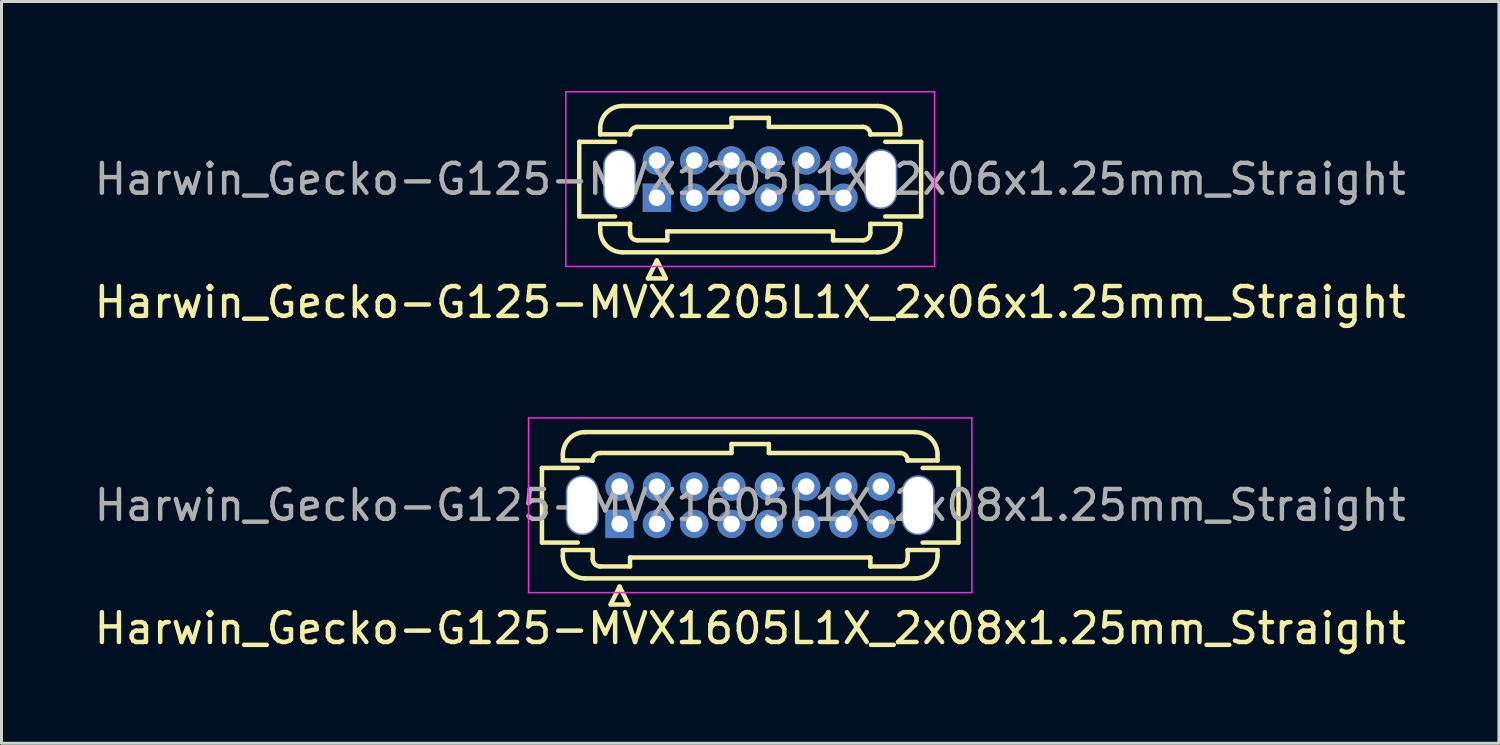
<source format=kicad_pcb>
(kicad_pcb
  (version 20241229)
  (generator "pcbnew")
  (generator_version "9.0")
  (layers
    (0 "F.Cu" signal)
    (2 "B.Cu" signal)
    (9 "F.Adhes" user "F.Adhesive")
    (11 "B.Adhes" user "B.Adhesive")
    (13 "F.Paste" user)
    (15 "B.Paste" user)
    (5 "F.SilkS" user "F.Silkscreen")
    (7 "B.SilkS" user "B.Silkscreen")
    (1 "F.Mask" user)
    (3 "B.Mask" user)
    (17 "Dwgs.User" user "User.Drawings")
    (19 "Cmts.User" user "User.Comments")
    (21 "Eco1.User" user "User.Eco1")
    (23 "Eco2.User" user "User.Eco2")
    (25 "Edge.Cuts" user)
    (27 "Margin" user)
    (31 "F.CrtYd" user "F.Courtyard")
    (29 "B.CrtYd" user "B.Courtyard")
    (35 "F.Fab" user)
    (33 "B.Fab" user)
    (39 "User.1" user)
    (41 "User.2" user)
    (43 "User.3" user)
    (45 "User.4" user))
  (footprint "Harwin_Gecko-G125-MVX1605L1X_2x08x1.25mm_Straight"
    (layer "F.Cu")
    (at 17.702 14.498)
    (property "Reference" "Harwin_Gecko-G125-MVX1605L1X_2x08x1.25mm_Straight" (at 4.375 3.5 0) (layer "F.SilkS") (effects (font (size 1 1) (thickness 0.15))))
    (attr through_hole)
    (fp_line (start -2.6 -1.875) (end -2.6 0.625) (stroke (width 0.15) (type solid)) (layer "F.SilkS"))
    (fp_line (start -2.6 0.625) (end -1.4 0.625) (stroke (width 0.15) (type solid)) (layer "F.SilkS"))
    (fp_line (start -1.9 -2.325) (end -1.9 -2.125) (stroke (width 0.15) (type solid)) (layer "F.SilkS"))
    (fp_line (start -1.9 -2.125) (end -0.9 -2.125) (stroke (width 0.15) (type solid)) (layer "F.SilkS"))
    (fp_line (start -1.9 0.875) (end -0.9 0.875) (stroke (width 0.15) (type solid)) (layer "F.SilkS"))
    (fp_line (start -1.9 1.075) (end -1.9 0.875) (stroke (width 0.15) (type solid)) (layer "F.SilkS"))
    (fp_line (start -1.4 -1.875) (end -2.6 -1.875) (stroke (width 0.15) (type solid)) (layer "F.SilkS"))
    (fp_line (start -1.15 -3.075) (end 9.9 -3.075) (stroke (width 0.15) (type solid)) (layer "F.SilkS"))
    (fp_line (start -1.15 1.825) (end 9.9 1.825) (stroke (width 0.15) (type solid)) (layer "F.SilkS"))
    (fp_line (start -0.9 -2.125) (end -0.9 -2.125) (stroke (width 0.15) (type solid)) (layer "F.SilkS"))
    (fp_line (start -0.9 0.875) (end -0.9 0.875) (stroke (width 0.15) (type solid)) (layer "F.SilkS"))
    (fp_line (start -0.9 1.175) (end -0.9 0.875) (stroke (width 0.15) (type solid)) (layer "F.SilkS"))
    (fp_line (start -0.65 -2.375) (end 3.75 -2.375) (stroke (width 0.15) (type solid)) (layer "F.SilkS"))
    (fp_line (start -0.65 1.425) (end 0.35 1.425) (stroke (width 0.15) (type solid)) (layer "F.SilkS"))
    (fp_line (start -0.3 2.7) (end 0.3 2.7) (stroke (width 0.15) (type solid)) (layer "F.SilkS"))
    (fp_line (start 0 2.1) (end -0.3 2.7) (stroke (width 0.15) (type solid)) (layer "F.SilkS"))
    (fp_line (start 0.3 2.7) (end 0 2.1) (stroke (width 0.15) (type solid)) (layer "F.SilkS"))
    (fp_line (start 0.35 1.125) (end 8.4 1.125) (stroke (width 0.15) (type solid)) (layer "F.SilkS"))
    (fp_line (start 0.35 1.425) (end 0.35 1.125) (stroke (width 0.15) (type solid)) (layer "F.SilkS"))
    (fp_line (start 3.75 -2.675) (end 5 -2.675) (stroke (width 0.15) (type solid)) (layer "F.SilkS"))
    (fp_line (start 3.75 -2.375) (end 3.75 -2.675) (stroke (width 0.15) (type solid)) (layer "F.SilkS"))
    (fp_line (start 5 -2.675) (end 5 -2.375) (stroke (width 0.15) (type solid)) (layer "F.SilkS"))
    (fp_line (start 5 -2.375) (end 9.4 -2.375) (stroke (width 0.15) (type solid)) (layer "F.SilkS"))
    (fp_line (start 8.4 1.125) (end 8.4 1.425) (stroke (width 0.15) (type solid)) (layer "F.SilkS"))
    (fp_line (start 8.4 1.425) (end 9.4 1.425) (stroke (width 0.15) (type solid)) (layer "F.SilkS"))
    (fp_line (start 9.65 -2.125) (end 9.65 -2.125) (stroke (width 0.15) (type solid)) (layer "F.SilkS"))
    (fp_line (start 9.65 0.875) (end 9.65 0.875) (stroke (width 0.15) (type solid)) (layer "F.SilkS"))
    (fp_line (start 9.65 1.175) (end 9.65 0.875) (stroke (width 0.15) (type solid)) (layer "F.SilkS"))
    (fp_line (start 10.15 -1.875) (end 11.35 -1.875) (stroke (width 0.15) (type solid)) (layer "F.SilkS"))
    (fp_line (start 10.65 -2.325) (end 10.65 -2.125) (stroke (width 0.15) (type solid)) (layer "F.SilkS"))
    (fp_line (start 10.65 -2.125) (end 9.65 -2.125) (stroke (width 0.15) (type solid)) (layer "F.SilkS"))
    (fp_line (start 10.65 0.875) (end 9.65 0.875) (stroke (width 0.15) (type solid)) (layer "F.SilkS"))
    (fp_line (start 10.65 1.075) (end 10.65 0.875) (stroke (width 0.15) (type solid)) (layer "F.SilkS"))
    (fp_line (start 11.35 -1.875) (end 11.35 0.625) (stroke (width 0.15) (type solid)) (layer "F.SilkS"))
    (fp_line (start 11.35 0.625) (end 10.15 0.625) (stroke (width 0.15) (type solid)) (layer "F.SilkS"))
    (fp_arc (start -1.9 -2.325) (mid -1.68033 -2.85533) (end -1.15 -3.075) (stroke (width 0.15) (type solid)) (layer "F.SilkS"))
    (fp_arc (start -1.15 1.825) (mid -1.68033 1.60533) (end -1.9 1.075) (stroke (width 0.15) (type solid)) (layer "F.SilkS"))
    (fp_arc (start -0.9 -2.125) (mid -0.826777 -2.301777) (end -0.65 -2.375) (stroke (width 0.15) (type solid)) (layer "F.SilkS"))
    (fp_arc (start -0.65 1.425) (mid -0.826777 1.351777) (end -0.9 1.175) (stroke (width 0.15) (type solid)) (layer "F.SilkS"))
    (fp_arc (start 9.4 -2.375) (mid 9.576777 -2.301777) (end 9.65 -2.125) (stroke (width 0.15) (type solid)) (layer "F.SilkS"))
    (fp_arc (start 9.65 1.175) (mid 9.576777 1.351777) (end 9.4 1.425) (stroke (width 0.15) (type solid)) (layer "F.SilkS"))
    (fp_arc (start 9.9 -3.075) (mid 10.43033 -2.85533) (end 10.65 -2.325) (stroke (width 0.15) (type solid)) (layer "F.SilkS"))
    (fp_arc (start 10.65 1.075) (mid 10.43033 1.60533) (end 9.9 1.825) (stroke (width 0.15) (type solid)) (layer "F.SilkS"))
    (fp_line (start -3.05 -3.55) (end -3.05 2.3) (stroke (width 0.05) (type solid)) (layer "F.CrtYd"))
    (fp_line (start -3.05 2.3) (end 11.8 2.3) (stroke (width 0.05) (type solid)) (layer "F.CrtYd"))
    (fp_line (start 11.8 -3.55) (end -3.05 -3.55) (stroke (width 0.05) (type solid)) (layer "F.CrtYd"))
    (fp_line (start 11.8 2.3) (end 11.8 -3.55) (stroke (width 0.05) (type solid)) (layer "F.CrtYd"))
    (fp_text user "${REFERENCE}" (at 4.375 -0.625 0) (layer "F.Fab") (effects (font (size 1 1) (thickness 0.15))))
    (pad "" np_thru_hole oval (at -1.25 -0.625) (size 1.1 2) (drill oval 1 1.9) (layers "*.Cu" "*.Mask"))
    (pad "" np_thru_hole oval (at 10 -0.625) (size 1.1 2) (drill oval 1 1.9) (layers "*.Cu" "*.Mask"))
    (pad "1" thru_hole rect (at 0 0) (size 0.95 0.95) (drill 0.55) (layers "*.Cu" "*.Mask"))
    (pad "2" thru_hole circle (at 1.25 0) (size 0.95 0.95) (drill 0.55) (layers "*.Cu" "*.Mask"))
    (pad "3" thru_hole circle (at 2.5 0) (size 0.95 0.95) (drill 0.55) (layers "*.Cu" "*.Mask"))
    (pad "4" thru_hole circle (at 3.75 0) (size 0.95 0.95) (drill 0.55) (layers "*.Cu" "*.Mask"))
    (pad "5" thru_hole circle (at 5 0) (size 0.95 0.95) (drill 0.55) (layers "*.Cu" "*.Mask"))
    (pad "6" thru_hole circle (at 6.25 0) (size 0.95 0.95) (drill 0.55) (layers "*.Cu" "*.Mask"))
    (pad "7" thru_hole circle (at 7.5 0) (size 0.95 0.95) (drill 0.55) (layers "*.Cu" "*.Mask"))
    (pad "8" thru_hole circle (at 8.75 0) (size 0.95 0.95) (drill 0.55) (layers "*.Cu" "*.Mask"))
    (pad "9" thru_hole circle (at 0 -1.25) (size 0.95 0.95) (drill 0.55) (layers "*.Cu" "*.Mask"))
    (pad "10" thru_hole circle (at 1.25 -1.25) (size 0.95 0.95) (drill 0.55) (layers "*.Cu" "*.Mask"))
    (pad "11" thru_hole circle (at 2.5 -1.25) (size 0.95 0.95) (drill 0.55) (layers "*.Cu" "*.Mask"))
    (pad "12" thru_hole circle (at 3.75 -1.25) (size 0.95 0.95) (drill 0.55) (layers "*.Cu" "*.Mask"))
    (pad "13" thru_hole circle (at 5 -1.25) (size 0.95 0.95) (drill 0.55) (layers "*.Cu" "*.Mask"))
    (pad "14" thru_hole circle (at 6.25 -1.25) (size 0.95 0.95) (drill 0.55) (layers "*.Cu" "*.Mask"))
    (pad "15" thru_hole circle (at 7.5 -1.25) (size 0.95 0.95) (drill 0.55) (layers "*.Cu" "*.Mask"))
    (pad "16" thru_hole circle (at 8.75 -1.25) (size 0.95 0.95) (drill 0.55) (layers "*.Cu" "*.Mask")))
  (footprint "Harwin_Gecko-G125-MVX1205L1X_2x06x1.25mm_Straight"
    (layer "F.Cu")
    (at 18.952 3.575)
    (property "Reference" "Harwin_Gecko-G125-MVX1205L1X_2x06x1.25mm_Straight" (at 3.125 3.5 0) (layer "F.SilkS") (effects (font (size 1 1) (thickness 0.15))))
    (attr through_hole)
    (fp_line (start -2.6 -1.875) (end -2.6 0.625) (stroke (width 0.15) (type solid)) (layer "F.SilkS"))
    (fp_line (start -2.6 0.625) (end -1.4 0.625) (stroke (width 0.15) (type solid)) (layer "F.SilkS"))
    (fp_line (start -1.9 -2.325) (end -1.9 -2.125) (stroke (width 0.15) (type solid)) (layer "F.SilkS"))
    (fp_line (start -1.9 -2.125) (end -0.9 -2.125) (stroke (width 0.15) (type solid)) (layer "F.SilkS"))
    (fp_line (start -1.9 0.875) (end -0.9 0.875) (stroke (width 0.15) (type solid)) (layer "F.SilkS"))
    (fp_line (start -1.9 1.075) (end -1.9 0.875) (stroke (width 0.15) (type solid)) (layer "F.SilkS"))
    (fp_line (start -1.4 -1.875) (end -2.6 -1.875) (stroke (width 0.15) (type solid)) (layer "F.SilkS"))
    (fp_line (start -1.15 -3.075) (end 7.4 -3.075) (stroke (width 0.15) (type solid)) (layer "F.SilkS"))
    (fp_line (start -1.15 1.825) (end 7.4 1.825) (stroke (width 0.15) (type solid)) (layer "F.SilkS"))
    (fp_line (start -0.9 -2.125) (end -0.9 -2.125) (stroke (width 0.15) (type solid)) (layer "F.SilkS"))
    (fp_line (start -0.9 0.875) (end -0.9 0.875) (stroke (width 0.15) (type solid)) (layer "F.SilkS"))
    (fp_line (start -0.9 1.175) (end -0.9 0.875) (stroke (width 0.15) (type solid)) (layer "F.SilkS"))
    (fp_line (start -0.65 -2.375) (end 2.5 -2.375) (stroke (width 0.15) (type solid)) (layer "F.SilkS"))
    (fp_line (start -0.65 1.425) (end 0.35 1.425) (stroke (width 0.15) (type solid)) (layer "F.SilkS"))
    (fp_line (start -0.3 2.7) (end 0.3 2.7) (stroke (width 0.15) (type solid)) (layer "F.SilkS"))
    (fp_line (start 0 2.1) (end -0.3 2.7) (stroke (width 0.15) (type solid)) (layer "F.SilkS"))
    (fp_line (start 0.3 2.7) (end 0 2.1) (stroke (width 0.15) (type solid)) (layer "F.SilkS"))
    (fp_line (start 0.35 1.125) (end 5.9 1.125) (stroke (width 0.15) (type solid)) (layer "F.SilkS"))
    (fp_line (start 0.35 1.425) (end 0.35 1.125) (stroke (width 0.15) (type solid)) (layer "F.SilkS"))
    (fp_line (start 2.5 -2.675) (end 3.75 -2.675) (stroke (width 0.15) (type solid)) (layer "F.SilkS"))
    (fp_line (start 2.5 -2.375) (end 2.5 -2.675) (stroke (width 0.15) (type solid)) (layer "F.SilkS"))
    (fp_line (start 3.75 -2.675) (end 3.75 -2.375) (stroke (width 0.15) (type solid)) (layer "F.SilkS"))
    (fp_line (start 3.75 -2.375) (end 6.9 -2.375) (stroke (width 0.15) (type solid)) (layer "F.SilkS"))
    (fp_line (start 5.9 1.125) (end 5.9 1.425) (stroke (width 0.15) (type solid)) (layer "F.SilkS"))
    (fp_line (start 5.9 1.425) (end 6.9 1.425) (stroke (width 0.15) (type solid)) (layer "F.SilkS"))
    (fp_line (start 7.15 -2.125) (end 7.15 -2.125) (stroke (width 0.15) (type solid)) (layer "F.SilkS"))
    (fp_line (start 7.15 0.875) (end 7.15 0.875) (stroke (width 0.15) (type solid)) (layer "F.SilkS"))
    (fp_line (start 7.15 1.175) (end 7.15 0.875) (stroke (width 0.15) (type solid)) (layer "F.SilkS"))
    (fp_line (start 7.65 -1.875) (end 8.85 -1.875) (stroke (width 0.15) (type solid)) (layer "F.SilkS"))
    (fp_line (start 8.15 -2.325) (end 8.15 -2.125) (stroke (width 0.15) (type solid)) (layer "F.SilkS"))
    (fp_line (start 8.15 -2.125) (end 7.15 -2.125) (stroke (width 0.15) (type solid)) (layer "F.SilkS"))
    (fp_line (start 8.15 0.875) (end 7.15 0.875) (stroke (width 0.15) (type solid)) (layer "F.SilkS"))
    (fp_line (start 8.15 1.075) (end 8.15 0.875) (stroke (width 0.15) (type solid)) (layer "F.SilkS"))
    (fp_line (start 8.85 -1.875) (end 8.85 0.625) (stroke (width 0.15) (type solid)) (layer "F.SilkS"))
    (fp_line (start 8.85 0.625) (end 7.65 0.625) (stroke (width 0.15) (type solid)) (layer "F.SilkS"))
    (fp_arc (start -1.9 -2.325) (mid -1.68033 -2.85533) (end -1.15 -3.075) (stroke (width 0.15) (type solid)) (layer "F.SilkS"))
    (fp_arc (start -1.15 1.825) (mid -1.68033 1.60533) (end -1.9 1.075) (stroke (width 0.15) (type solid)) (layer "F.SilkS"))
    (fp_arc (start -0.9 -2.125) (mid -0.826777 -2.301777) (end -0.65 -2.375) (stroke (width 0.15) (type solid)) (layer "F.SilkS"))
    (fp_arc (start -0.65 1.425) (mid -0.826777 1.351777) (end -0.9 1.175) (stroke (width 0.15) (type solid)) (layer "F.SilkS"))
    (fp_arc (start 6.9 -2.375) (mid 7.076777 -2.301777) (end 7.15 -2.125) (stroke (width 0.15) (type solid)) (layer "F.SilkS"))
    (fp_arc (start 7.15 1.175) (mid 7.076777 1.351777) (end 6.9 1.425) (stroke (width 0.15) (type solid)) (layer "F.SilkS"))
    (fp_arc (start 7.4 -3.075) (mid 7.93033 -2.85533) (end 8.15 -2.325) (stroke (width 0.15) (type solid)) (layer "F.SilkS"))
    (fp_arc (start 8.15 1.075) (mid 7.93033 1.60533) (end 7.4 1.825) (stroke (width 0.15) (type solid)) (layer "F.SilkS"))
    (fp_line (start -3.05 -3.55) (end -3.05 2.3) (stroke (width 0.05) (type solid)) (layer "F.CrtYd"))
    (fp_line (start -3.05 2.3) (end 9.3 2.3) (stroke (width 0.05) (type solid)) (layer "F.CrtYd"))
    (fp_line (start 9.3 -3.55) (end -3.05 -3.55) (stroke (width 0.05) (type solid)) (layer "F.CrtYd"))
    (fp_line (start 9.3 2.3) (end 9.3 -3.55) (stroke (width 0.05) (type solid)) (layer "F.CrtYd"))
    (fp_text user "${REFERENCE}" (at 3.125 -0.625 0) (layer "F.Fab") (effects (font (size 1 1) (thickness 0.15))))
    (pad "" np_thru_hole oval (at -1.25 -0.625) (size 1.1 2) (drill oval 1 1.9) (layers "*.Cu" "*.Mask"))
    (pad "" np_thru_hole oval (at 7.5 -0.625) (size 1.1 2) (drill oval 1 1.9) (layers "*.Cu" "*.Mask"))
    (pad "1" thru_hole rect (at 0 0) (size 0.95 0.95) (drill 0.55) (layers "*.Cu" "*.Mask"))
    (pad "2" thru_hole circle (at 1.25 0) (size 0.95 0.95) (drill 0.55) (layers "*.Cu" "*.Mask"))
    (pad "3" thru_hole circle (at 2.5 0) (size 0.95 0.95) (drill 0.55) (layers "*.Cu" "*.Mask"))
    (pad "4" thru_hole circle (at 3.75 0) (size 0.95 0.95) (drill 0.55) (layers "*.Cu" "*.Mask"))
    (pad "5" thru_hole circle (at 5 0) (size 0.95 0.95) (drill 0.55) (layers "*.Cu" "*.Mask"))
    (pad "6" thru_hole circle (at 6.25 0) (size 0.95 0.95) (drill 0.55) (layers "*.Cu" "*.Mask"))
    (pad "7" thru_hole circle (at 0 -1.25) (size 0.95 0.95) (drill 0.55) (layers "*.Cu" "*.Mask"))
    (pad "8" thru_hole circle (at 1.25 -1.25) (size 0.95 0.95) (drill 0.55) (layers "*.Cu" "*.Mask"))
    (pad "9" thru_hole circle (at 2.5 -1.25) (size 0.95 0.95) (drill 0.55) (layers "*.Cu" "*.Mask"))
    (pad "10" thru_hole circle (at 3.75 -1.25) (size 0.95 0.95) (drill 0.55) (layers "*.Cu" "*.Mask"))
    (pad "11" thru_hole circle (at 5 -1.25) (size 0.95 0.95) (drill 0.55) (layers "*.Cu" "*.Mask"))
    (pad "12" thru_hole circle (at 6.25 -1.25) (size 0.95 0.95) (drill 0.55) (layers "*.Cu" "*.Mask")))
  (gr_rect
    (start -3 -3)
    (end 47.155 21.846)
    (stroke (width 0.1) (type default))
    (fill no)
    (layer "Edge.Cuts")))
</source>
